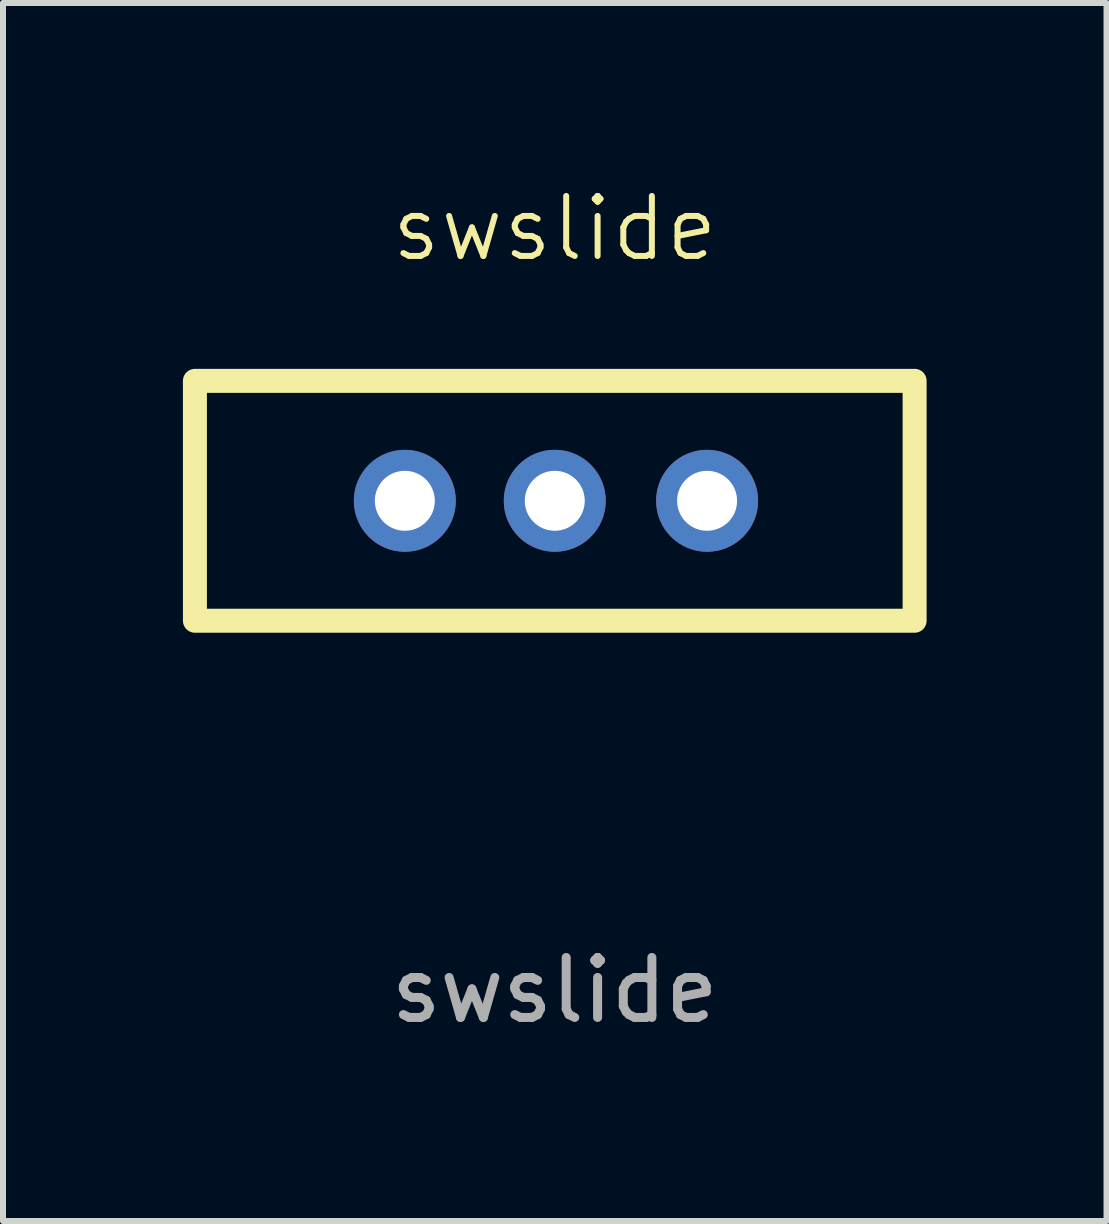
<source format=kicad_pcb>
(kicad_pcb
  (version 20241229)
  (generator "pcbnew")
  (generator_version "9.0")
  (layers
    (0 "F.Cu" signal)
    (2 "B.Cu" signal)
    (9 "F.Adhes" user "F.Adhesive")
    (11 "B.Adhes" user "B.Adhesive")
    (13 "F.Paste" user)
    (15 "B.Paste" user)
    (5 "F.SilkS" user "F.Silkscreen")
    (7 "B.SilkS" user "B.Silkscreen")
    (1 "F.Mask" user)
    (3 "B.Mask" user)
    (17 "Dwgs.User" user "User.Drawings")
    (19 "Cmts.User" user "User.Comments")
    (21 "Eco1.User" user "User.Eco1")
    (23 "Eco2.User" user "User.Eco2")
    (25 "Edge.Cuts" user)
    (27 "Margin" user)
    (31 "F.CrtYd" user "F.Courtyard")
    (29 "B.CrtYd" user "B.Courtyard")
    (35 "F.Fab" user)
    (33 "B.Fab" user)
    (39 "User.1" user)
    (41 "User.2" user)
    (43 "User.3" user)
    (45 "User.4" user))
  (footprint "swslide"
    (layer "F.Cu")
    (at 6.2 5.84)
    (property "Reference" "swslide" (at 0 -5.08 0) (unlocked yes) (layer "F.SilkS") (effects (font (size 1 1) (thickness 0.1))))
    (attr through_hole)
    (fp_rect (start -6 -2.54) (end 6 1.46) (stroke (width 0.4) (type default)) (fill no) (layer "F.SilkS"))
    (fp_text user "${REFERENCE}" (at 0 7.62 0) (unlocked yes) (layer "F.Fab") (effects (font (size 1 1) (thickness 0.15))))
    (pad "1" thru_hole circle (at -2.5 -0.54) (size 1.7 1.7) (drill 1) (layers "*.Cu" "*.Mask"))
    (pad "2" thru_hole circle (at 0 -0.54) (size 1.7 1.7) (drill 1) (layers "*.Cu" "*.Mask"))
    (pad "3" thru_hole circle (at 2.54 -0.54) (size 1.7 1.7) (drill 1) (layers "*.Cu" "*.Mask")))
  (gr_rect
    (start -3 -3)
    (end 15.4 17.309)
    (stroke (width 0.1) (type default))
    (fill no)
    (layer "Edge.Cuts")))
</source>
